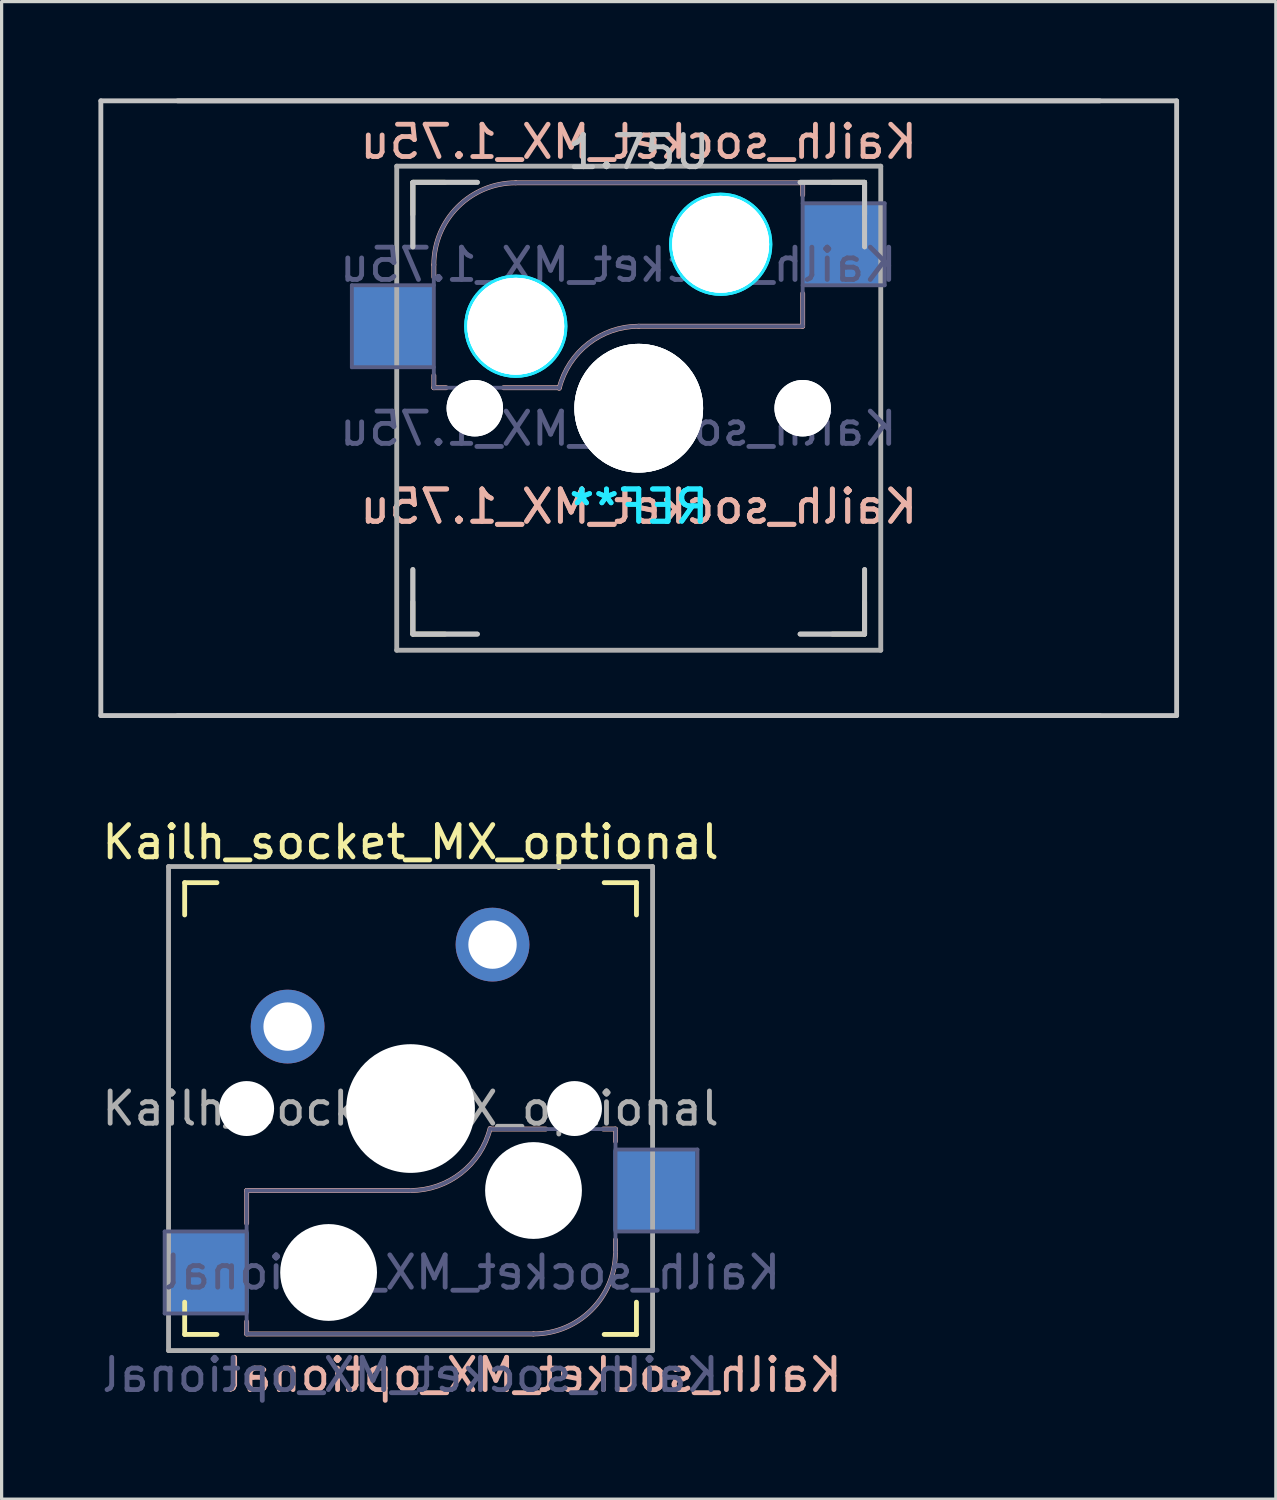
<source format=kicad_pcb>
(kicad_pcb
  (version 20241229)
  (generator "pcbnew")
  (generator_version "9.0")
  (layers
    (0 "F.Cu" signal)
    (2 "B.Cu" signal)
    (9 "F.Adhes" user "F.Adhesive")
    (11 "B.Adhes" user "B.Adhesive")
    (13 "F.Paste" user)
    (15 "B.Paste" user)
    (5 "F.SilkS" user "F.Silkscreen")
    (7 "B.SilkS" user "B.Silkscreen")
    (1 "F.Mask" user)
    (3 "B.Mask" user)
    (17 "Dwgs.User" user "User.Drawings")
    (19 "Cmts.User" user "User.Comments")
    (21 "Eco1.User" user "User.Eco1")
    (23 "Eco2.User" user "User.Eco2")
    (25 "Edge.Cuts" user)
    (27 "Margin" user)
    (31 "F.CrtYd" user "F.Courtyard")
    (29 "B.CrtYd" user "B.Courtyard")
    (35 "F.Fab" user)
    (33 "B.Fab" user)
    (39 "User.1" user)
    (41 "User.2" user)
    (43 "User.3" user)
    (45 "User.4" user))
  (footprint "Kailh_socket_MX_1.75u"
    (layer "F.Cu")
    (at 16.744 9.6)
    (property "Reference" "Kailh_socket_MX_1.75u" (at 0 -8.255 0) (layer "B.SilkS") (effects (font (size 1 1) (thickness 0.15)) (justify mirror)))
    (property "Value" "Kailh_socket_MX_1.75u" (at 0 8.255 0) (layer "F.Fab") (hide yes) (effects (font (size 1 1) (thickness 0.15))))
    (attr smd)
    (fp_line (start -7 -6) (end -7 -7) (stroke (width 0.15) (type solid)) (layer "F.SilkS"))
    (fp_line (start -7 7) (end -7 6) (stroke (width 0.15) (type solid)) (layer "F.SilkS"))
    (fp_line (start -7 7) (end -6 7) (stroke (width 0.15) (type solid)) (layer "F.SilkS"))
    (fp_line (start -6 -7) (end -7 -7) (stroke (width 0.15) (type solid)) (layer "F.SilkS"))
    (fp_line (start 6 7) (end 7 7) (stroke (width 0.15) (type solid)) (layer "F.SilkS"))
    (fp_line (start 7 -7) (end 6 -7) (stroke (width 0.15) (type solid)) (layer "F.SilkS"))
    (fp_line (start 7 -7) (end 7 -6) (stroke (width 0.15) (type solid)) (layer "F.SilkS"))
    (fp_line (start 7 6) (end 7 7) (stroke (width 0.15) (type solid)) (layer "F.SilkS"))
    (fp_line (start -6.35 -4.445) (end -6.35 -4.064) (stroke (width 0.15) (type solid)) (layer "B.SilkS"))
    (fp_line (start -6.35 -1.016) (end -6.35 -0.635) (stroke (width 0.15) (type solid)) (layer "B.SilkS"))
    (fp_line (start -5.969 -0.635) (end -6.35 -0.635) (stroke (width 0.15) (type solid)) (layer "B.SilkS"))
    (fp_line (start -3.81 -6.985) (end 5.08 -6.985) (stroke (width 0.15) (type solid)) (layer "B.SilkS"))
    (fp_line (start -2.464 -0.635) (end -4.191 -0.635) (stroke (width 0.15) (type solid)) (layer "B.SilkS"))
    (fp_line (start 5.08 -6.985) (end 5.08 -6.604) (stroke (width 0.15) (type solid)) (layer "B.SilkS"))
    (fp_line (start 5.08 -3.556) (end 5.08 -2.54) (stroke (width 0.15) (type solid)) (layer "B.SilkS"))
    (fp_line (start 5.08 -2.54) (end 0 -2.54) (stroke (width 0.15) (type solid)) (layer "B.SilkS"))
    (fp_arc (start -6.35 -4.445) (mid -5.606051 -6.241051) (end -3.81 -6.985) (stroke (width 0.15) (type solid)) (layer "B.SilkS"))
    (fp_arc (start -2.464162 -0.61604) (mid -1.563147 -2.002042) (end 0 -2.54) (stroke (width 0.15) (type solid)) (layer "B.SilkS"))
    (fp_line (start -16.669 -9.525) (end 16.669 -9.525) (stroke (width 0.15) (type solid)) (layer "Dwgs.User"))
    (fp_line (start -16.669 9.525) (end -16.669 -9.525) (stroke (width 0.15) (type solid)) (layer "Dwgs.User"))
    (fp_line (start -14.287 -9.525) (end 14.287 -9.525) (stroke (width 0.15) (type solid)) (layer "Dwgs.User"))
    (fp_line (start -7 -7) (end -7 -5) (stroke (width 0.15) (type solid)) (layer "Dwgs.User"))
    (fp_line (start -7 -7) (end -7 -5) (stroke (width 0.15) (type solid)) (layer "Dwgs.User"))
    (fp_line (start -7 5) (end -7 7) (stroke (width 0.15) (type solid)) (layer "Dwgs.User"))
    (fp_line (start -7 5) (end -7 7) (stroke (width 0.15) (type solid)) (layer "Dwgs.User"))
    (fp_line (start -7 7) (end -5 7) (stroke (width 0.15) (type solid)) (layer "Dwgs.User"))
    (fp_line (start -7 7) (end -5 7) (stroke (width 0.15) (type solid)) (layer "Dwgs.User"))
    (fp_line (start -5 -7) (end -7 -7) (stroke (width 0.15) (type solid)) (layer "Dwgs.User"))
    (fp_line (start -5 -7) (end -7 -7) (stroke (width 0.15) (type solid)) (layer "Dwgs.User"))
    (fp_line (start 5 -7) (end 7 -7) (stroke (width 0.15) (type solid)) (layer "Dwgs.User"))
    (fp_line (start 5 -7) (end 7 -7) (stroke (width 0.15) (type solid)) (layer "Dwgs.User"))
    (fp_line (start 5 7) (end 7 7) (stroke (width 0.15) (type solid)) (layer "Dwgs.User"))
    (fp_line (start 5 7) (end 7 7) (stroke (width 0.15) (type solid)) (layer "Dwgs.User"))
    (fp_line (start 7 -7) (end 7 -5) (stroke (width 0.15) (type solid)) (layer "Dwgs.User"))
    (fp_line (start 7 -7) (end 7 -5) (stroke (width 0.15) (type solid)) (layer "Dwgs.User"))
    (fp_line (start 7 7) (end 7 5) (stroke (width 0.15) (type solid)) (layer "Dwgs.User"))
    (fp_line (start 7 7) (end 7 5) (stroke (width 0.15) (type solid)) (layer "Dwgs.User"))
    (fp_line (start 14.287 9.525) (end -14.287 9.525) (stroke (width 0.15) (type solid)) (layer "Dwgs.User"))
    (fp_line (start 16.669 -9.525) (end 16.669 9.525) (stroke (width 0.15) (type solid)) (layer "Dwgs.User"))
    (fp_line (start 16.669 9.525) (end -16.669 9.525) (stroke (width 0.15) (type solid)) (layer "Dwgs.User"))
    (fp_line (start -6.9 6.9) (end -6.9 -6.9) (stroke (width 0.15) (type solid)) (layer "Eco2.User"))
    (fp_line (start -6.9 6.9) (end 6.9 6.9) (stroke (width 0.15) (type solid)) (layer "Eco2.User"))
    (fp_line (start 6.9 -6.9) (end -6.9 -6.9) (stroke (width 0.15) (type solid)) (layer "Eco2.User"))
    (fp_line (start 6.9 -6.9) (end 6.9 6.9) (stroke (width 0.15) (type solid)) (layer "Eco2.User"))
    (fp_circle (center -3.81 -2.54) (end -3.81 -4.064) (stroke (width 0.15) (type solid)) (fill no) (layer "B.CrtYd"))
    (fp_circle (center -3.81 -2.54) (end -3.81 -4.064) (stroke (width 0.15) (type solid)) (fill no) (layer "B.CrtYd"))
    (fp_circle (center 2.54 -5.08) (end 2.54 -6.604) (stroke (width 0.15) (type solid)) (fill no) (layer "B.CrtYd"))
    (fp_circle (center 2.54 -5.08) (end 2.54 -6.604) (stroke (width 0.15) (type solid)) (fill no) (layer "B.CrtYd"))
    (fp_line (start -8.89 -3.81) (end -6.35 -3.81) (stroke (width 0.12) (type solid)) (layer "B.Fab"))
    (fp_line (start -8.89 -1.27) (end -8.89 -3.81) (stroke (width 0.12) (type solid)) (layer "B.Fab"))
    (fp_line (start -6.35 -1.27) (end -8.89 -1.27) (stroke (width 0.12) (type solid)) (layer "B.Fab"))
    (fp_line (start -6.35 -0.635) (end -6.35 -4.445) (stroke (width 0.12) (type solid)) (layer "B.Fab"))
    (fp_line (start -6.35 -0.635) (end -2.54 -0.635) (stroke (width 0.12) (type solid)) (layer "B.Fab"))
    (fp_line (start -3.81 -6.985) (end 5.08 -6.985) (stroke (width 0.12) (type solid)) (layer "B.Fab"))
    (fp_line (start 5.08 -6.985) (end 5.08 -2.54) (stroke (width 0.12) (type solid)) (layer "B.Fab"))
    (fp_line (start 5.08 -6.35) (end 7.62 -6.35) (stroke (width 0.12) (type solid)) (layer "B.Fab"))
    (fp_line (start 5.08 -2.54) (end 0 -2.54) (stroke (width 0.12) (type solid)) (layer "B.Fab"))
    (fp_line (start 7.62 -6.35) (end 7.62 -3.81) (stroke (width 0.12) (type solid)) (layer "B.Fab"))
    (fp_line (start 7.62 -3.81) (end 5.08 -3.81) (stroke (width 0.12) (type solid)) (layer "B.Fab"))
    (fp_arc (start -6.35 -4.445) (mid -5.606051 -6.241051) (end -3.81 -6.985) (stroke (width 0.12) (type solid)) (layer "B.Fab"))
    (fp_arc (start -2.464162 -0.61604) (mid -1.563147 -2.002042) (end 0 -2.54) (stroke (width 0.12) (type solid)) (layer "B.Fab"))
    (fp_line (start -7.5 -7.5) (end 7.5 -7.5) (stroke (width 0.15) (type solid)) (layer "F.Fab"))
    (fp_line (start -7.5 7.5) (end -7.5 -7.5) (stroke (width 0.15) (type solid)) (layer "F.Fab"))
    (fp_line (start 7.5 -7.5) (end 7.5 7.5) (stroke (width 0.15) (type solid)) (layer "F.Fab"))
    (fp_line (start 7.5 7.5) (end -7.5 7.5) (stroke (width 0.15) (type solid)) (layer "F.Fab"))
    (fp_text user "${REFERENCE}" (at 0 3.048 0) (layer "B.SilkS") (effects (font (size 1 1) (thickness 0.15)) (justify mirror)))
    (fp_text user "${REFERENCE}" (at 0 3.048 0) (layer "B.SilkS") (effects (font (size 1 1) (thickness 0.15)) (justify mirror)))
    (fp_text user "1.75U" (at 0 -7.938 0) (layer "Dwgs.User") (effects (font (size 1 1) (thickness 0.15))))
    (fp_text user "REF**" (at 0 3.048 0) (layer "B.CrtYd") (effects (font (size 1 1) (thickness 0.15)) (justify mirror)))
    (fp_text user "REF**" (at 0 3.048 0) (layer "B.CrtYd") (effects (font (size 1 1) (thickness 0.15)) (justify mirror)))
    (fp_text user "${VALUE}" (at -0.635 0.635 0) (layer "B.Fab") (effects (font (size 1 1) (thickness 0.15)) (justify mirror)))
    (fp_text user "${REFERENCE}" (at -0.635 -4.445 0) (layer "B.Fab") (effects (font (size 1 1) (thickness 0.15)) (justify mirror)))
    (pad "" np_thru_hole circle (at -5.08 0) (size 1.702 1.702) (drill 1.702) (layers "*.Cu" "*.Mask"))
    (pad "" np_thru_hole circle (at -5.08 0 48.1) (size 1.75 1.75) (drill 1.75) (layers "*.Cu" "*.Mask"))
    (pad "" np_thru_hole circle (at -5.08 0 48.1) (size 1.75 1.75) (drill 1.75) (layers "*.Cu" "*.Mask"))
    (pad "" np_thru_hole circle (at -3.81 -2.54) (size 3 3) (drill 3) (layers "*.Cu" "*.Mask"))
    (pad "" np_thru_hole circle (at -3.81 -2.54) (size 3 3) (drill 3) (layers "*.Cu" "*.Mask"))
    (pad "" np_thru_hole circle (at -3.81 -2.54) (size 3 3) (drill 3) (layers "*.Cu" "*.Mask"))
    (pad "" np_thru_hole circle (at 0 0) (size 3.988 3.988) (drill 3.988) (layers "*.Cu" "*.Mask"))
    (pad "" np_thru_hole circle (at 0 0) (size 3.988 3.988) (drill 3.988) (layers "*.Cu" "*.Mask"))
    (pad "" np_thru_hole circle (at 0 0) (size 3.988 3.988) (drill 3.988) (layers "*.Cu" "*.Mask"))
    (pad "" np_thru_hole circle (at 2.54 -5.08) (size 3 3) (drill 3) (layers "*.Cu" "*.Mask"))
    (pad "" np_thru_hole circle (at 2.54 -5.08) (size 3 3) (drill 3) (layers "*.Cu" "*.Mask"))
    (pad "" np_thru_hole circle (at 2.54 -5.08) (size 3 3) (drill 3) (layers "*.Cu" "*.Mask"))
    (pad "" np_thru_hole circle (at 5.08 0) (size 1.702 1.702) (drill 1.702) (layers "*.Cu" "*.Mask"))
    (pad "" np_thru_hole circle (at 5.08 0 48.1) (size 1.75 1.75) (drill 1.75) (layers "*.Cu" "*.Mask"))
    (pad "" np_thru_hole circle (at 5.08 0 48.1) (size 1.75 1.75) (drill 1.75) (layers "*.Cu" "*.Mask"))
    (pad "1" smd rect (at -7.62 -2.54) (size 2.55 2.5) (layers "B.Cu" "B.Mask" "B.Paste"))
    (pad "2" smd rect (at 6.35 -5.08) (size 2.55 2.5) (layers "B.Cu" "B.Mask" "B.Paste")))
  (footprint "Kailh_socket_MX_optional"
    (layer "F.Cu")
    (at 9.673 31.303)
    (property "Reference" "Kailh_socket_MX_optional" (at 0 -8.255 0) (layer "F.SilkS") (effects (font (size 1 1) (thickness 0.15))))
    (property "Value" "Kailh_socket_MX_optional" (at 0 8.255 0) (layer "F.Fab") (hide yes) (effects (font (size 1 1) (thickness 0.15))))
    (attr through_hole)
    (fp_line (start -7 -6) (end -7 -7) (stroke (width 0.15) (type solid)) (layer "F.SilkS"))
    (fp_line (start -7 7) (end -7 6) (stroke (width 0.15) (type solid)) (layer "F.SilkS"))
    (fp_line (start -7 7) (end -6 7) (stroke (width 0.15) (type solid)) (layer "F.SilkS"))
    (fp_line (start -6 -7) (end -7 -7) (stroke (width 0.15) (type solid)) (layer "F.SilkS"))
    (fp_line (start 6 7) (end 7 7) (stroke (width 0.15) (type solid)) (layer "F.SilkS"))
    (fp_line (start 7 -7) (end 6 -7) (stroke (width 0.15) (type solid)) (layer "F.SilkS"))
    (fp_line (start 7 -7) (end 7 -6) (stroke (width 0.15) (type solid)) (layer "F.SilkS"))
    (fp_line (start 7 6) (end 7 7) (stroke (width 0.15) (type solid)) (layer "F.SilkS"))
    (fp_line (start -5.08 2.54) (end -5.08 3.556) (stroke (width 0.15) (type solid)) (layer "B.SilkS"))
    (fp_line (start -5.08 6.604) (end -5.08 6.985) (stroke (width 0.15) (type solid)) (layer "B.SilkS"))
    (fp_line (start -5.08 6.985) (end 3.81 6.985) (stroke (width 0.15) (type solid)) (layer "B.SilkS"))
    (fp_line (start 0 2.54) (end -5.08 2.54) (stroke (width 0.15) (type solid)) (layer "B.SilkS"))
    (fp_line (start 4.191 0.635) (end 2.54 0.635) (stroke (width 0.15) (type solid)) (layer "B.SilkS"))
    (fp_line (start 6.35 0.635) (end 5.969 0.635) (stroke (width 0.15) (type solid)) (layer "B.SilkS"))
    (fp_line (start 6.35 1.016) (end 6.35 0.635) (stroke (width 0.15) (type solid)) (layer "B.SilkS"))
    (fp_line (start 6.35 4.445) (end 6.35 4.064) (stroke (width 0.15) (type solid)) (layer "B.SilkS"))
    (fp_arc (start 2.464162 0.61604) (mid 1.563147 2.002042) (end 0 2.54) (stroke (width 0.15) (type solid)) (layer "B.SilkS"))
    (fp_arc (start 6.35 4.445) (mid 5.606051 6.241051) (end 3.81 6.985) (stroke (width 0.15) (type solid)) (layer "B.SilkS"))
    (fp_line (start -6.9 6.9) (end -6.9 -6.9) (stroke (width 0.15) (type solid)) (layer "Eco2.User"))
    (fp_line (start -6.9 6.9) (end 6.9 6.9) (stroke (width 0.15) (type solid)) (layer "Eco2.User"))
    (fp_line (start 6.9 -6.9) (end -6.9 -6.9) (stroke (width 0.15) (type solid)) (layer "Eco2.User"))
    (fp_line (start 6.9 -6.9) (end 6.9 6.9) (stroke (width 0.15) (type solid)) (layer "Eco2.User"))
    (fp_line (start -7.62 3.81) (end -7.62 6.35) (stroke (width 0.12) (type solid)) (layer "B.Fab"))
    (fp_line (start -7.62 6.35) (end -5.08 6.35) (stroke (width 0.12) (type solid)) (layer "B.Fab"))
    (fp_line (start -5.08 2.54) (end -5.08 6.985) (stroke (width 0.12) (type solid)) (layer "B.Fab"))
    (fp_line (start -5.08 3.81) (end -7.62 3.81) (stroke (width 0.12) (type solid)) (layer "B.Fab"))
    (fp_line (start -5.08 6.985) (end 3.81 6.985) (stroke (width 0.12) (type solid)) (layer "B.Fab"))
    (fp_line (start 0 2.54) (end -5.08 2.54) (stroke (width 0.12) (type solid)) (layer "B.Fab"))
    (fp_line (start 6.35 0.635) (end 2.54 0.635) (stroke (width 0.12) (type solid)) (layer "B.Fab"))
    (fp_line (start 6.35 3.81) (end 8.89 3.81) (stroke (width 0.12) (type solid)) (layer "B.Fab"))
    (fp_line (start 6.35 4.445) (end 6.35 0.635) (stroke (width 0.12) (type solid)) (layer "B.Fab"))
    (fp_line (start 8.89 1.27) (end 6.35 1.27) (stroke (width 0.12) (type solid)) (layer "B.Fab"))
    (fp_line (start 8.89 3.81) (end 8.89 1.27) (stroke (width 0.12) (type solid)) (layer "B.Fab"))
    (fp_arc (start 2.464162 0.61604) (mid 1.563147 2.002042) (end 0 2.54) (stroke (width 0.12) (type solid)) (layer "B.Fab"))
    (fp_arc (start 6.35 4.445) (mid 5.606051 6.241051) (end 3.81 6.985) (stroke (width 0.12) (type solid)) (layer "B.Fab"))
    (fp_line (start -7.5 -7.5) (end 7.5 -7.5) (stroke (width 0.15) (type solid)) (layer "F.Fab"))
    (fp_line (start -7.5 7.5) (end -7.5 -7.5) (stroke (width 0.15) (type solid)) (layer "F.Fab"))
    (fp_line (start 7.5 -7.5) (end 7.5 7.5) (stroke (width 0.15) (type solid)) (layer "F.Fab"))
    (fp_line (start 7.5 7.5) (end -7.5 7.5) (stroke (width 0.15) (type solid)) (layer "F.Fab"))
    (fp_text user "${REFERENCE}" (at 3.81 8.255 0) (layer "B.SilkS") (effects (font (size 1 1) (thickness 0.15)) (justify mirror)))
    (fp_text user "${REFERENCE}" (at 1.905 5.08 0) (layer "B.Fab") (effects (font (size 1 1) (thickness 0.15)) (justify mirror)))
    (fp_text user "${VALUE}" (at 0 8.255 0) (layer "B.Fab") (effects (font (size 1 1) (thickness 0.15)) (justify mirror)))
    (fp_text user "${REFERENCE}" (at 0 0 0) (layer "F.Fab") (effects (font (size 1 1) (thickness 0.15))))
    (pad "" np_thru_hole circle (at -5.08 0) (size 1.702 1.702) (drill 1.702) (layers "*.Cu" "*.Mask"))
    (pad "" np_thru_hole circle (at -2.54 5.08) (size 3 3) (drill 3) (layers "*.Cu" "*.Mask"))
    (pad "" np_thru_hole circle (at 0 0) (size 3.988 3.988) (drill 3.988) (layers "*.Cu" "*.Mask"))
    (pad "" np_thru_hole circle (at 3.81 2.54) (size 3 3) (drill 3) (layers "*.Cu" "*.Mask"))
    (pad "" np_thru_hole circle (at 5.08 0) (size 1.702 1.702) (drill 1.702) (layers "*.Cu" "*.Mask"))
    (pad "1" smd rect (at -6.29 5.08) (size 2.55 2.5) (layers "B.Cu" "B.Mask" "B.Paste"))
    (pad "1" thru_hole circle (at 2.54 -5.08) (size 2.286 2.286) (drill 1.499) (layers "*.Cu" "*.Mask"))
    (pad "2" thru_hole circle (at -3.81 -2.54) (size 2.286 2.286) (drill 1.499) (layers "*.Cu" "*.Mask"))
    (pad "2" smd rect (at 7.56 2.54) (size 2.55 2.5) (layers "B.Cu" "B.Mask" "B.Paste")))
  (gr_rect
    (start -3 -3)
    (end 36.487 43.407)
    (stroke (width 0.1) (type default))
    (fill no)
    (layer "Edge.Cuts")))
</source>
